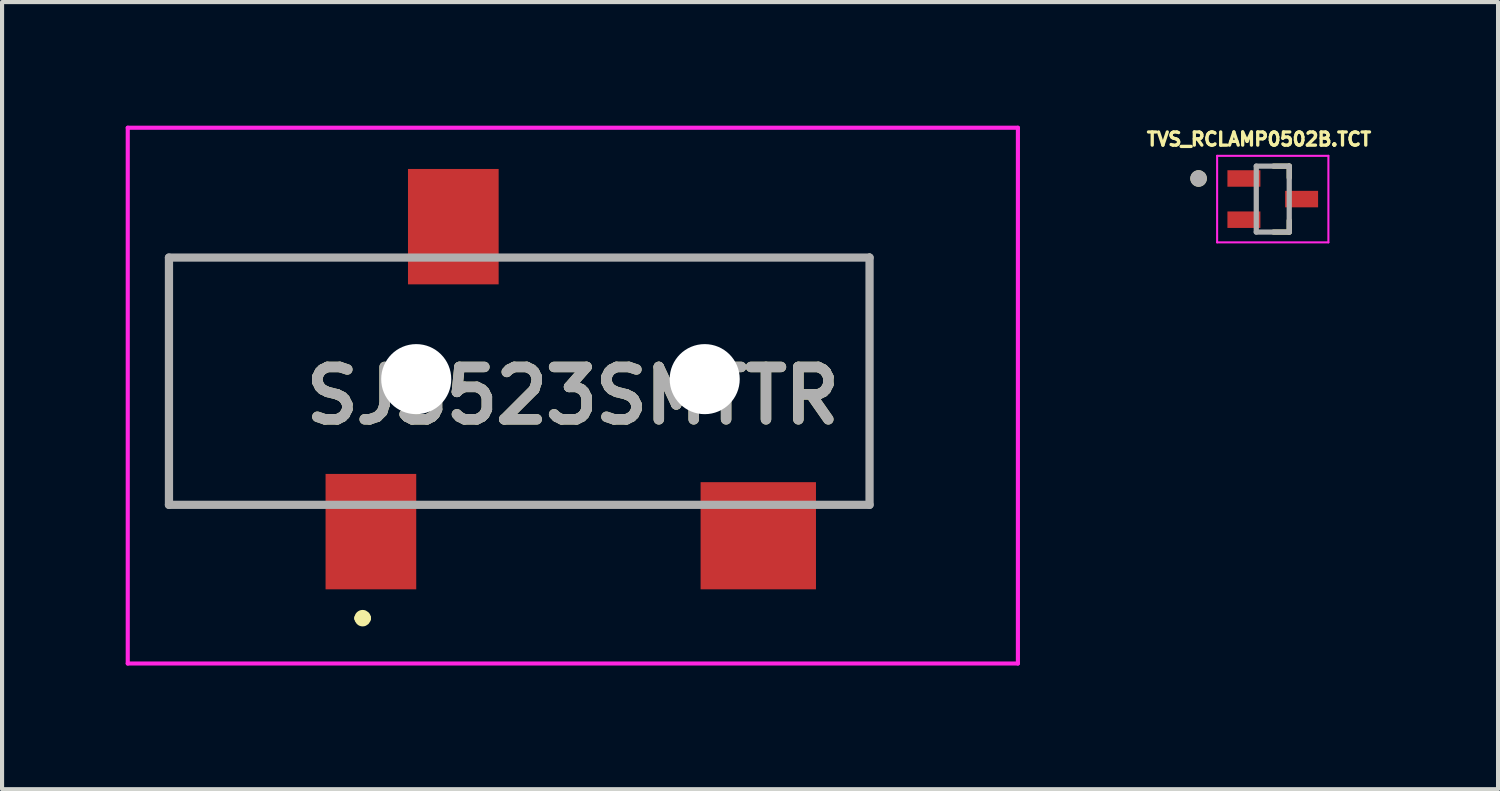
<source format=kicad_pcb>
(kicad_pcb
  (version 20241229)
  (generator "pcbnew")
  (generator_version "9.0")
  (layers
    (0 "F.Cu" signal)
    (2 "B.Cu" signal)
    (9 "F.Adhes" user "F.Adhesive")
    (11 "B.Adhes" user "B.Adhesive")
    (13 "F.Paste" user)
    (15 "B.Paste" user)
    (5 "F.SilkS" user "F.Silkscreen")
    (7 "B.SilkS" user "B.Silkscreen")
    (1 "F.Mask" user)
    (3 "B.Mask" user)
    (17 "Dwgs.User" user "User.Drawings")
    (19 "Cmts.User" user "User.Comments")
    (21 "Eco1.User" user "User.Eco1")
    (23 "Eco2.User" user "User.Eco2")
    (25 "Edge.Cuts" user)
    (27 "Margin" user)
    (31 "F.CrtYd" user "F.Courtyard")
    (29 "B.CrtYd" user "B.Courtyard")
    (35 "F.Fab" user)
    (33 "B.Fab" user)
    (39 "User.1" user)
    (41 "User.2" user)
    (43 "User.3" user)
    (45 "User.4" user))
  (footprint "SJ3523SMTTR"
    (layer "F.Cu")
    (at 3.55 6.15)
    (property "Reference" "SJ3523SMTTR" (at 7.3 0.4 0) (layer "F.SilkS") (effects (font (size 1.27 1.27) (thickness 0.254))))
    (attr through_hole)
    (fp_line (start -2.5 -2.95) (end -2.5 3.05) (stroke (width 0.1) (type solid)) (layer "F.SilkS"))
    (fp_line (start -2.5 3.05) (end 0.9 3.05) (stroke (width 0.1) (type solid)) (layer "F.SilkS"))
    (fp_line (start 2.1 5.8) (end 2.1 5.8) (stroke (width 0.2) (type solid)) (layer "F.SilkS"))
    (fp_line (start 2.3 5.8) (end 2.3 5.8) (stroke (width 0.2) (type solid)) (layer "F.SilkS"))
    (fp_line (start 2.9 -2.95) (end -2.5 -2.95) (stroke (width 0.1) (type solid)) (layer "F.SilkS"))
    (fp_line (start 3.9 3.05) (end 10.1 3.05) (stroke (width 0.1) (type solid)) (layer "F.SilkS"))
    (fp_line (start 5.9 -2.95) (end 14.5 -2.95) (stroke (width 0.1) (type solid)) (layer "F.SilkS"))
    (fp_line (start 13.5 3.05) (end 14.5 3.05) (stroke (width 0.1) (type solid)) (layer "F.SilkS"))
    (fp_line (start 14.5 -3) (end 14.5 1.5) (stroke (width 0.1) (type solid)) (layer "F.SilkS"))
    (fp_line (start 14.5 3.05) (end 14.5 1.5) (stroke (width 0.1) (type solid)) (layer "F.SilkS"))
    (fp_arc (start 2.1 5.8) (mid 2.2 5.7) (end 2.3 5.8) (stroke (width 0.2) (type solid)) (layer "F.SilkS"))
    (fp_arc (start 2.3 5.8) (mid 2.2 5.9) (end 2.1 5.8) (stroke (width 0.2) (type solid)) (layer "F.SilkS"))
    (fp_line (start -3.5 -6.1) (end 18.1 -6.1) (stroke (width 0.1) (type solid)) (layer "F.CrtYd"))
    (fp_line (start -3.5 6.9) (end -3.5 -6.1) (stroke (width 0.1) (type solid)) (layer "F.CrtYd"))
    (fp_line (start 18.1 -6.1) (end 18.1 6.9) (stroke (width 0.1) (type solid)) (layer "F.CrtYd"))
    (fp_line (start 18.1 6.9) (end -3.5 6.9) (stroke (width 0.1) (type solid)) (layer "F.CrtYd"))
    (fp_line (start -2.5 -2.95) (end 14.5 -2.95) (stroke (width 0.2) (type solid)) (layer "F.Fab"))
    (fp_line (start -2.5 3.05) (end -2.5 -2.95) (stroke (width 0.2) (type solid)) (layer "F.Fab"))
    (fp_line (start 14.5 -2.95) (end 14.5 3.05) (stroke (width 0.2) (type solid)) (layer "F.Fab"))
    (fp_line (start 14.5 3.05) (end -2.5 3.05) (stroke (width 0.2) (type solid)) (layer "F.Fab"))
    (fp_text user "${REFERENCE}" (at 7.3 0.4 0) (layer "F.Fab") (effects (font (size 1.27 1.27) (thickness 0.254))))
    (pad "" np_thru_hole circle (at 3.5 0) (size 1.7 1.7) (drill 1.7) (layers "*.Cu" "*.Mask"))
    (pad "" np_thru_hole circle (at 10.5 0) (size 1.7 1.7) (drill 1.7) (layers "*.Cu" "*.Mask"))
    (pad "R" smd rect (at 4.4 -3.7) (size 2.2 2.8) (layers "F.Cu" "F.Mask" "F.Paste"))
    (pad "S" smd rect (at 2.4 3.7) (size 2.2 2.8) (layers "F.Cu" "F.Mask" "F.Paste"))
    (pad "T" smd rect (at 11.8 3.8 90) (size 2.6 2.8) (layers "F.Cu" "F.Mask" "F.Paste")))
  (footprint "TVS_RCLAMP0502B.TCT"
    (layer "F.Cu")
    (at 27.834 1.781)
    (property "Reference" "TVS_RCLAMP0502B.TCT" (at -0.334 -1.453 0) (layer "F.SilkS") (effects (font (size 0.32 0.32) (thickness 0.15))))
    (attr through_hole)
    (fp_line (start 0.02 -0.8) (end 0.4 -0.8) (stroke (width 0.127) (type solid)) (layer "F.SilkS"))
    (fp_line (start 0.4 -0.8) (end 0.4 -0.52) (stroke (width 0.127) (type solid)) (layer "F.SilkS"))
    (fp_line (start 0.4 0.8) (end 0.02 0.8) (stroke (width 0.127) (type solid)) (layer "F.SilkS"))
    (fp_line (start 0.4 0.8) (end 0.4 0.52) (stroke (width 0.127) (type solid)) (layer "F.SilkS"))
    (fp_circle (center -1.8 -0.5) (end -1.7 -0.5) (stroke (width 0.2) (type solid)) (fill no) (layer "F.SilkS"))
    (fp_line (start -1.35 -1.05) (end -1.35 1.05) (stroke (width 0.05) (type solid)) (layer "F.CrtYd"))
    (fp_line (start -1.35 1.05) (end 1.35 1.05) (stroke (width 0.05) (type solid)) (layer "F.CrtYd"))
    (fp_line (start 1.35 -1.05) (end -1.35 -1.05) (stroke (width 0.05) (type solid)) (layer "F.CrtYd"))
    (fp_line (start 1.35 1.05) (end 1.35 -1.05) (stroke (width 0.05) (type solid)) (layer "F.CrtYd"))
    (fp_line (start -0.4 -0.8) (end 0.4 -0.8) (stroke (width 0.127) (type solid)) (layer "F.Fab"))
    (fp_line (start -0.4 0.8) (end -0.4 -0.8) (stroke (width 0.127) (type solid)) (layer "F.Fab"))
    (fp_line (start 0.4 -0.8) (end 0.4 0.8) (stroke (width 0.127) (type solid)) (layer "F.Fab"))
    (fp_line (start 0.4 0.8) (end -0.4 0.8) (stroke (width 0.127) (type solid)) (layer "F.Fab"))
    (fp_circle (center -1.8 -0.5) (end -1.7 -0.5) (stroke (width 0.2) (type solid)) (fill no) (layer "F.Fab"))
    (pad "1" smd rect (at -0.7 -0.5) (size 0.8 0.4) (layers "F.Cu" "F.Mask" "F.Paste"))
    (pad "2" smd rect (at -0.7 0.5) (size 0.8 0.4) (layers "F.Cu" "F.Mask" "F.Paste"))
    (pad "3" smd rect (at 0.7 0) (size 0.8 0.4) (layers "F.Cu" "F.Mask" "F.Paste")))
  (gr_rect
    (start -3 -3)
    (end 33.301 16.1)
    (stroke (width 0.1) (type default))
    (fill no)
    (layer "Edge.Cuts")))
</source>
